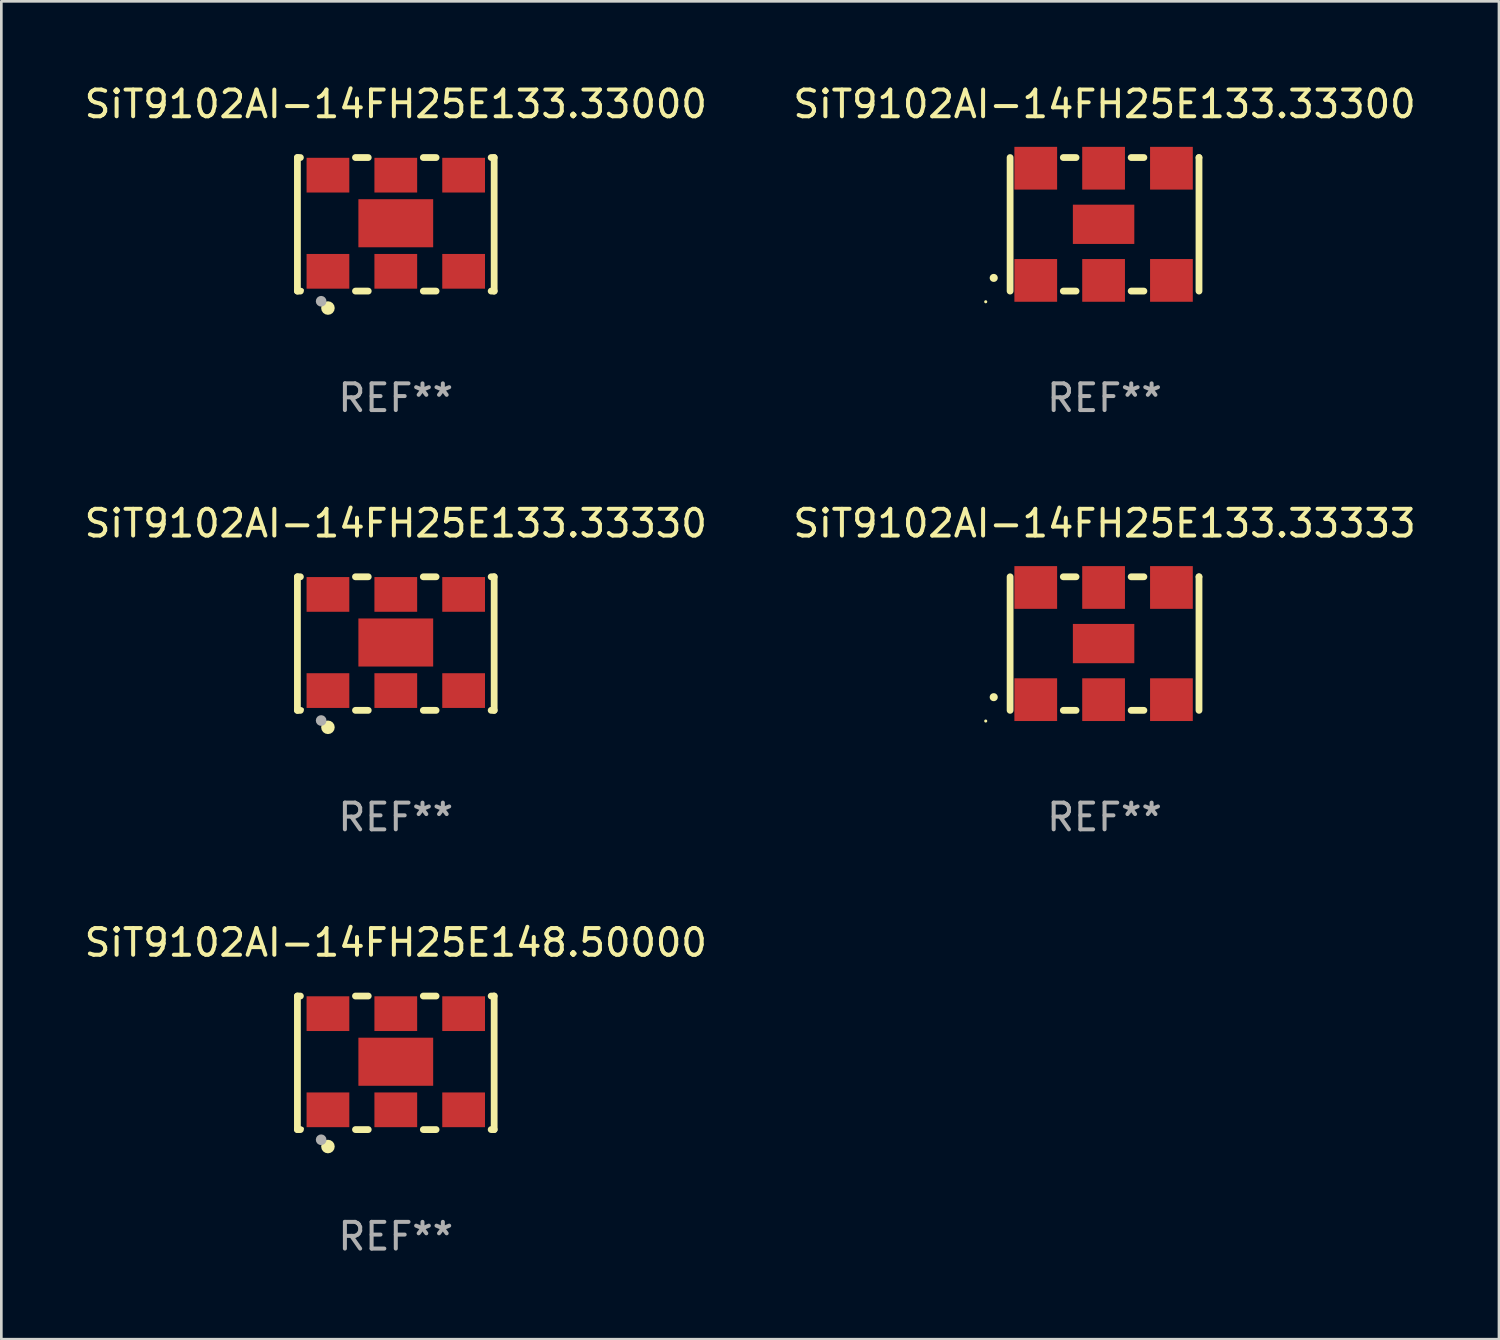
<source format=kicad_pcb>
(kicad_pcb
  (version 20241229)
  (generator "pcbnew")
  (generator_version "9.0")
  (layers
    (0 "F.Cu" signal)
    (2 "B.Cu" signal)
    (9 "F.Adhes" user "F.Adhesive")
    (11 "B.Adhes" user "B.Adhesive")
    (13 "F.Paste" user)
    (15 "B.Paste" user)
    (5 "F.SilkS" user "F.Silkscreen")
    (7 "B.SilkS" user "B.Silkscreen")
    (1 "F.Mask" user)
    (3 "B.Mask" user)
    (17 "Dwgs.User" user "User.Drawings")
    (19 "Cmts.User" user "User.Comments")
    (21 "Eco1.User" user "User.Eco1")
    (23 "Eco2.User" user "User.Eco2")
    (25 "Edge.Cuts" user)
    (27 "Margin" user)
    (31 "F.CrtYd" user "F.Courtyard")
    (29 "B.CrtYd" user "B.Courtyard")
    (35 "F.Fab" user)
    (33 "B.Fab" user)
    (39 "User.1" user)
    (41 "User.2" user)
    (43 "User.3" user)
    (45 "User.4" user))
  (footprint "SiT9102AI-14FH25E133.33333"
    (layer "F.Cu")
    (at 38.304 21.045)
    (property "Reference" "SiT9102AI-14FH25E133.33333" (at 0 -4.5 0) (layer "F.SilkS") (effects (font (size 1 1) (thickness 0.15))))
    (attr through_hole)
    (fp_line (start -3.536 -2.5) (end -3.536 2.5) (stroke (width 0.254) (type solid)) (layer "F.SilkS"))
    (fp_line (start -1.544 2.5) (end -1.067 2.5) (stroke (width 0.254) (type solid)) (layer "F.SilkS"))
    (fp_line (start -1.067 -2.5) (end -1.544 -2.5) (stroke (width 0.254) (type solid)) (layer "F.SilkS"))
    (fp_line (start 0.996 2.5) (end 1.473 2.5) (stroke (width 0.254) (type solid)) (layer "F.SilkS"))
    (fp_line (start 1.473 -2.5) (end 0.996 -2.5) (stroke (width 0.254) (type solid)) (layer "F.SilkS"))
    (fp_line (start 3.536 -2.5) (end 3.536 -2.5) (stroke (width 0.254) (type solid)) (layer "F.SilkS"))
    (fp_line (start 3.536 2.5) (end 3.536 -2.5) (stroke (width 0.254) (type solid)) (layer "F.SilkS"))
    (fp_arc (start -4.150432 2.006604) (mid -4.149162 2.006599) (end -4.147892 2.006604) (stroke (width 0.3) (type solid)) (layer "F.SilkS"))
    (fp_circle (center -4.449 2.9) (end -4.419 2.9) (stroke (width 0.06) (type solid)) (fill no) (layer "F.SilkS"))
    (fp_text user "REF**" (at 0 6.5 0) (layer "F.Fab") (effects (font (size 1 1) (thickness 0.15))))
    (pad "1" smd rect (at -2.576 2.1) (size 1.6 1.6) (layers "F.Cu" "F.Mask" "F.Paste"))
    (pad "2" smd rect (at -0.036 2.1) (size 1.6 1.6) (layers "F.Cu" "F.Mask" "F.Paste"))
    (pad "3" smd rect (at 2.504 2.1) (size 1.6 1.6) (layers "F.Cu" "F.Mask" "F.Paste"))
    (pad "4" smd rect (at 2.504 -2.1) (size 1.6 1.6) (layers "F.Cu" "F.Mask" "F.Paste"))
    (pad "5" smd rect (at -0.036 -2.1) (size 1.6 1.6) (layers "F.Cu" "F.Mask" "F.Paste"))
    (pad "6" smd rect (at -2.576 -2.1) (size 1.6 1.6) (layers "F.Cu" "F.Mask" "F.Paste"))
    (pad "7" smd rect (at -0.036 0) (size 2.3 1.47) (layers "F.Cu" "F.Mask" "F.Paste")))
  (footprint "SiT9102AI-14FH25E133.33330"
    (layer "F.Cu")
    (at 11.768 21.045)
    (property "Reference" "SiT9102AI-14FH25E133.33330" (at 0 -4.5 0) (layer "F.SilkS") (effects (font (size 1 1) (thickness 0.15))))
    (attr through_hole)
    (fp_line (start -3.683 -2.5) (end -3.571 -2.5) (stroke (width 0.254) (type solid)) (layer "F.SilkS"))
    (fp_line (start -3.683 2.5) (end -3.683 -2.5) (stroke (width 0.254) (type solid)) (layer "F.SilkS"))
    (fp_line (start -3.683 2.5) (end -3.571 2.5) (stroke (width 0.254) (type solid)) (layer "F.SilkS"))
    (fp_line (start -1.509 -2.5) (end -1.031 -2.5) (stroke (width 0.254) (type solid)) (layer "F.SilkS"))
    (fp_line (start -1.509 2.5) (end -1.031 2.5) (stroke (width 0.254) (type solid)) (layer "F.SilkS"))
    (fp_line (start 1.031 -2.5) (end 1.509 -2.5) (stroke (width 0.254) (type solid)) (layer "F.SilkS"))
    (fp_line (start 1.031 2.5) (end 1.509 2.5) (stroke (width 0.254) (type solid)) (layer "F.SilkS"))
    (fp_line (start 3.571 -2.5) (end 3.683 -2.5) (stroke (width 0.254) (type solid)) (layer "F.SilkS"))
    (fp_line (start 3.571 2.5) (end 3.683 2.5) (stroke (width 0.254) (type solid)) (layer "F.SilkS"))
    (fp_line (start 3.683 2.5) (end 3.683 -2.5) (stroke (width 0.254) (type solid)) (layer "F.SilkS"))
    (fp_circle (center -3.5 2.46) (end -3.47 2.46) (stroke (width 0.06) (type solid)) (fill no) (layer "F.SilkS"))
    (fp_circle (center -2.54 3.135) (end -2.413 3.135) (stroke (width 0.254) (type solid)) (fill no) (layer "F.SilkS"))
    (fp_circle (center -2.794 2.881) (end -2.694 2.881) (stroke (width 0.2) (type solid)) (fill no) (layer "F.Fab"))
    (fp_text user "REF**" (at 0 6.5 0) (layer "F.Fab") (effects (font (size 1 1) (thickness 0.15))))
    (pad "1" smd rect (at -2.54 1.76) (size 1.6 1.3) (layers "F.Cu" "F.Mask" "F.Paste"))
    (pad "2" smd rect (at 0 1.76) (size 1.6 1.3) (layers "F.Cu" "F.Mask" "F.Paste"))
    (pad "3" smd rect (at 2.54 1.76) (size 1.6 1.3) (layers "F.Cu" "F.Mask" "F.Paste"))
    (pad "4" smd rect (at 2.54 -1.84) (size 1.6 1.3) (layers "F.Cu" "F.Mask" "F.Paste"))
    (pad "5" smd rect (at 0 -1.84) (size 1.6 1.3) (layers "F.Cu" "F.Mask" "F.Paste"))
    (pad "6" smd rect (at -2.54 -1.84) (size 1.6 1.3) (layers "F.Cu" "F.Mask" "F.Paste"))
    (pad "7" smd rect (at 0 -0.04) (size 2.8 1.8) (layers "F.Cu" "F.Mask" "F.Paste")))
  (footprint "SiT9102AI-14FH25E148.50000"
    (layer "F.Cu")
    (at 11.768 36.741)
    (property "Reference" "SiT9102AI-14FH25E148.50000" (at 0 -4.5 0) (layer "F.SilkS") (effects (font (size 1 1) (thickness 0.15))))
    (attr through_hole)
    (fp_line (start -3.683 -2.5) (end -3.571 -2.5) (stroke (width 0.254) (type solid)) (layer "F.SilkS"))
    (fp_line (start -3.683 2.5) (end -3.683 -2.5) (stroke (width 0.254) (type solid)) (layer "F.SilkS"))
    (fp_line (start -3.683 2.5) (end -3.571 2.5) (stroke (width 0.254) (type solid)) (layer "F.SilkS"))
    (fp_line (start -1.509 -2.5) (end -1.031 -2.5) (stroke (width 0.254) (type solid)) (layer "F.SilkS"))
    (fp_line (start -1.509 2.5) (end -1.031 2.5) (stroke (width 0.254) (type solid)) (layer "F.SilkS"))
    (fp_line (start 1.031 -2.5) (end 1.509 -2.5) (stroke (width 0.254) (type solid)) (layer "F.SilkS"))
    (fp_line (start 1.031 2.5) (end 1.509 2.5) (stroke (width 0.254) (type solid)) (layer "F.SilkS"))
    (fp_line (start 3.571 -2.5) (end 3.683 -2.5) (stroke (width 0.254) (type solid)) (layer "F.SilkS"))
    (fp_line (start 3.571 2.5) (end 3.683 2.5) (stroke (width 0.254) (type solid)) (layer "F.SilkS"))
    (fp_line (start 3.683 2.5) (end 3.683 -2.5) (stroke (width 0.254) (type solid)) (layer "F.SilkS"))
    (fp_circle (center -3.5 2.46) (end -3.47 2.46) (stroke (width 0.06) (type solid)) (fill no) (layer "F.SilkS"))
    (fp_circle (center -2.54 3.135) (end -2.413 3.135) (stroke (width 0.254) (type solid)) (fill no) (layer "F.SilkS"))
    (fp_circle (center -2.794 2.881) (end -2.694 2.881) (stroke (width 0.2) (type solid)) (fill no) (layer "F.Fab"))
    (fp_text user "REF**" (at 0 6.5 0) (layer "F.Fab") (effects (font (size 1 1) (thickness 0.15))))
    (pad "1" smd rect (at -2.54 1.76) (size 1.6 1.3) (layers "F.Cu" "F.Mask" "F.Paste"))
    (pad "2" smd rect (at 0 1.76) (size 1.6 1.3) (layers "F.Cu" "F.Mask" "F.Paste"))
    (pad "3" smd rect (at 2.54 1.76) (size 1.6 1.3) (layers "F.Cu" "F.Mask" "F.Paste"))
    (pad "4" smd rect (at 2.54 -1.84) (size 1.6 1.3) (layers "F.Cu" "F.Mask" "F.Paste"))
    (pad "5" smd rect (at 0 -1.84) (size 1.6 1.3) (layers "F.Cu" "F.Mask" "F.Paste"))
    (pad "6" smd rect (at -2.54 -1.84) (size 1.6 1.3) (layers "F.Cu" "F.Mask" "F.Paste"))
    (pad "7" smd rect (at 0 -0.04) (size 2.8 1.8) (layers "F.Cu" "F.Mask" "F.Paste")))
  (footprint "SiT9102AI-14FH25E133.33300"
    (layer "F.Cu")
    (at 38.304 5.348)
    (property "Reference" "SiT9102AI-14FH25E133.33300" (at 0 -4.5 0) (layer "F.SilkS") (effects (font (size 1 1) (thickness 0.15))))
    (attr through_hole)
    (fp_line (start -3.536 -2.5) (end -3.536 2.5) (stroke (width 0.254) (type solid)) (layer "F.SilkS"))
    (fp_line (start -1.544 2.5) (end -1.067 2.5) (stroke (width 0.254) (type solid)) (layer "F.SilkS"))
    (fp_line (start -1.067 -2.5) (end -1.544 -2.5) (stroke (width 0.254) (type solid)) (layer "F.SilkS"))
    (fp_line (start 0.996 2.5) (end 1.473 2.5) (stroke (width 0.254) (type solid)) (layer "F.SilkS"))
    (fp_line (start 1.473 -2.5) (end 0.996 -2.5) (stroke (width 0.254) (type solid)) (layer "F.SilkS"))
    (fp_line (start 3.536 -2.5) (end 3.536 -2.5) (stroke (width 0.254) (type solid)) (layer "F.SilkS"))
    (fp_line (start 3.536 2.5) (end 3.536 -2.5) (stroke (width 0.254) (type solid)) (layer "F.SilkS"))
    (fp_arc (start -4.150432 2.006604) (mid -4.149162 2.006599) (end -4.147892 2.006604) (stroke (width 0.3) (type solid)) (layer "F.SilkS"))
    (fp_circle (center -4.449 2.9) (end -4.419 2.9) (stroke (width 0.06) (type solid)) (fill no) (layer "F.SilkS"))
    (fp_text user "REF**" (at 0 6.5 0) (layer "F.Fab") (effects (font (size 1 1) (thickness 0.15))))
    (pad "1" smd rect (at -2.576 2.1) (size 1.6 1.6) (layers "F.Cu" "F.Mask" "F.Paste"))
    (pad "2" smd rect (at -0.036 2.1) (size 1.6 1.6) (layers "F.Cu" "F.Mask" "F.Paste"))
    (pad "3" smd rect (at 2.504 2.1) (size 1.6 1.6) (layers "F.Cu" "F.Mask" "F.Paste"))
    (pad "4" smd rect (at 2.504 -2.1) (size 1.6 1.6) (layers "F.Cu" "F.Mask" "F.Paste"))
    (pad "5" smd rect (at -0.036 -2.1) (size 1.6 1.6) (layers "F.Cu" "F.Mask" "F.Paste"))
    (pad "6" smd rect (at -2.576 -2.1) (size 1.6 1.6) (layers "F.Cu" "F.Mask" "F.Paste"))
    (pad "7" smd rect (at -0.036 0) (size 2.3 1.47) (layers "F.Cu" "F.Mask" "F.Paste")))
  (footprint "SiT9102AI-14FH25E133.33000"
    (layer "F.Cu")
    (at 11.768 5.348)
    (property "Reference" "SiT9102AI-14FH25E133.33000" (at 0 -4.5 0) (layer "F.SilkS") (effects (font (size 1 1) (thickness 0.15))))
    (attr through_hole)
    (fp_line (start -3.683 -2.5) (end -3.571 -2.5) (stroke (width 0.254) (type solid)) (layer "F.SilkS"))
    (fp_line (start -3.683 2.5) (end -3.683 -2.5) (stroke (width 0.254) (type solid)) (layer "F.SilkS"))
    (fp_line (start -3.683 2.5) (end -3.571 2.5) (stroke (width 0.254) (type solid)) (layer "F.SilkS"))
    (fp_line (start -1.509 -2.5) (end -1.031 -2.5) (stroke (width 0.254) (type solid)) (layer "F.SilkS"))
    (fp_line (start -1.509 2.5) (end -1.031 2.5) (stroke (width 0.254) (type solid)) (layer "F.SilkS"))
    (fp_line (start 1.031 -2.5) (end 1.509 -2.5) (stroke (width 0.254) (type solid)) (layer "F.SilkS"))
    (fp_line (start 1.031 2.5) (end 1.509 2.5) (stroke (width 0.254) (type solid)) (layer "F.SilkS"))
    (fp_line (start 3.571 -2.5) (end 3.683 -2.5) (stroke (width 0.254) (type solid)) (layer "F.SilkS"))
    (fp_line (start 3.571 2.5) (end 3.683 2.5) (stroke (width 0.254) (type solid)) (layer "F.SilkS"))
    (fp_line (start 3.683 2.5) (end 3.683 -2.5) (stroke (width 0.254) (type solid)) (layer "F.SilkS"))
    (fp_circle (center -3.5 2.46) (end -3.47 2.46) (stroke (width 0.06) (type solid)) (fill no) (layer "F.SilkS"))
    (fp_circle (center -2.54 3.135) (end -2.413 3.135) (stroke (width 0.254) (type solid)) (fill no) (layer "F.SilkS"))
    (fp_circle (center -2.794 2.881) (end -2.694 2.881) (stroke (width 0.2) (type solid)) (fill no) (layer "F.Fab"))
    (fp_text user "REF**" (at 0 6.5 0) (layer "F.Fab") (effects (font (size 1 1) (thickness 0.15))))
    (pad "1" smd rect (at -2.54 1.76) (size 1.6 1.3) (layers "F.Cu" "F.Mask" "F.Paste"))
    (pad "2" smd rect (at 0 1.76) (size 1.6 1.3) (layers "F.Cu" "F.Mask" "F.Paste"))
    (pad "3" smd rect (at 2.54 1.76) (size 1.6 1.3) (layers "F.Cu" "F.Mask" "F.Paste"))
    (pad "4" smd rect (at 2.54 -1.84) (size 1.6 1.3) (layers "F.Cu" "F.Mask" "F.Paste"))
    (pad "5" smd rect (at 0 -1.84) (size 1.6 1.3) (layers "F.Cu" "F.Mask" "F.Paste"))
    (pad "6" smd rect (at -2.54 -1.84) (size 1.6 1.3) (layers "F.Cu" "F.Mask" "F.Paste"))
    (pad "7" smd rect (at 0 -0.04) (size 2.8 1.8) (layers "F.Cu" "F.Mask" "F.Paste")))
  (gr_rect
    (start -3 -3)
    (end 53.071 47.09)
    (stroke (width 0.1) (type default))
    (fill no)
    (layer "Edge.Cuts")))
</source>
